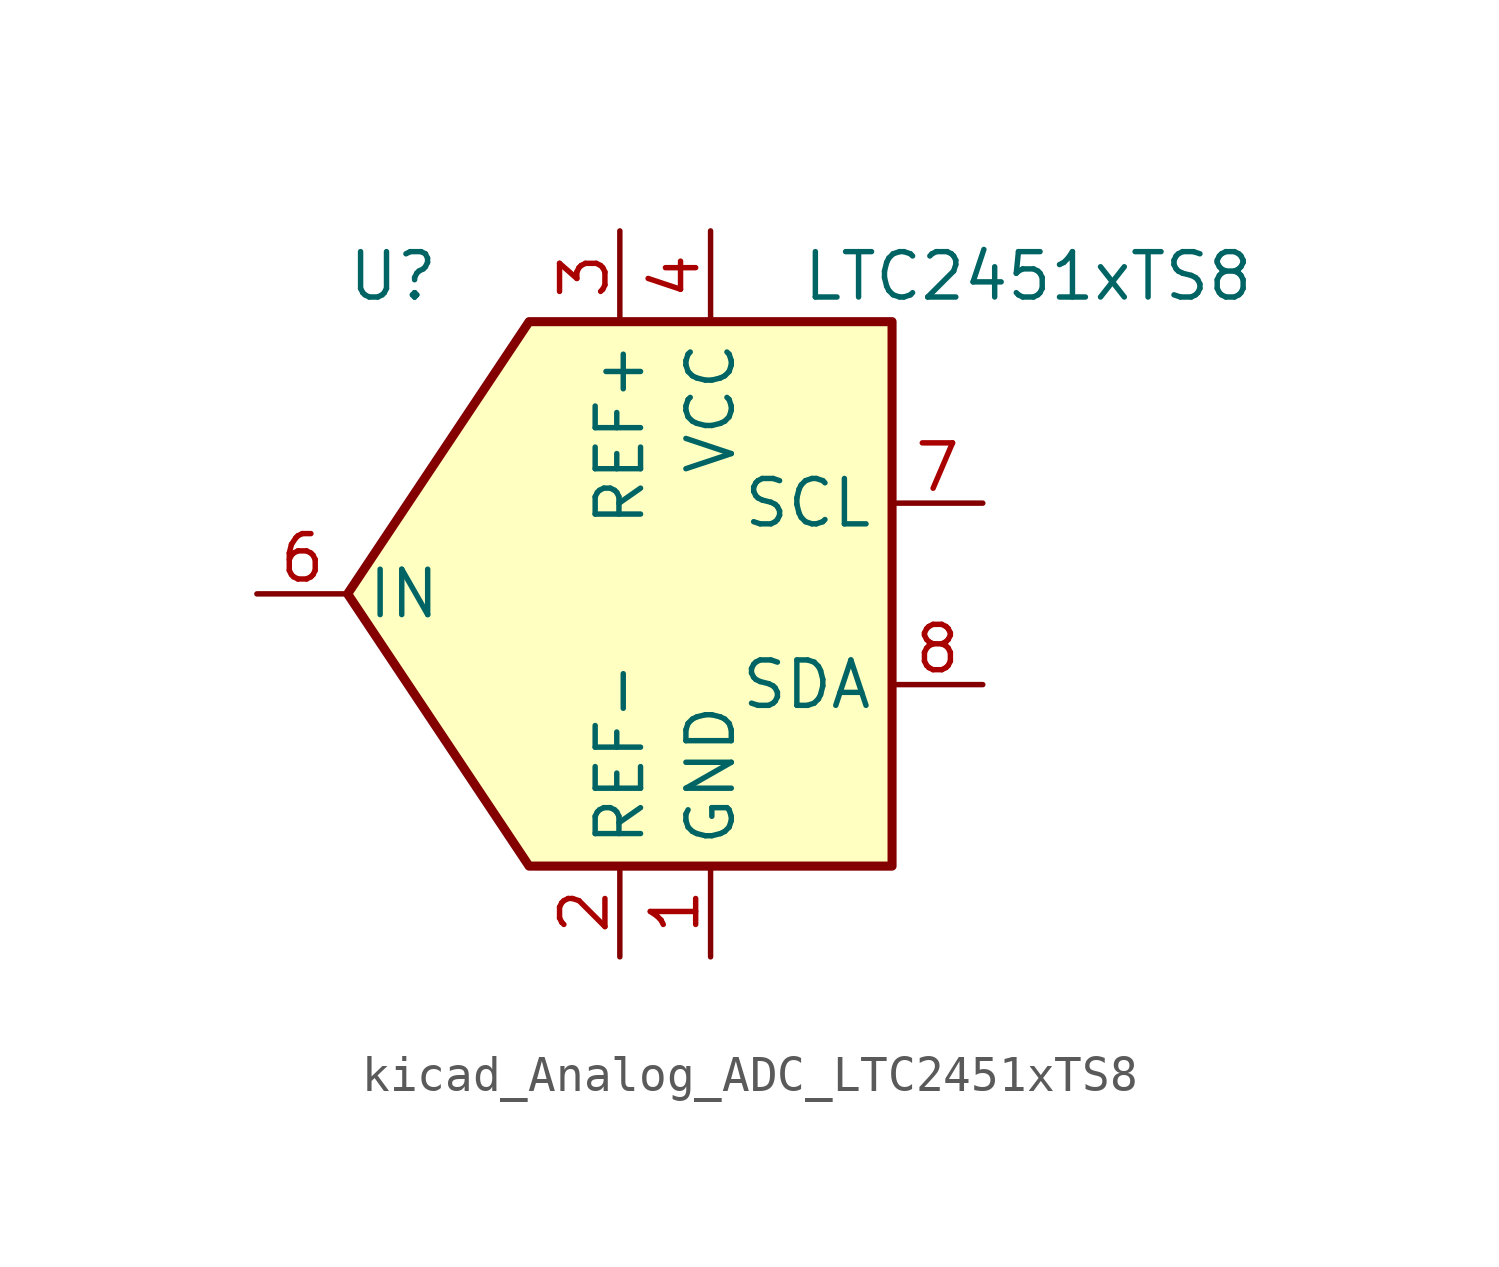
<source format=kicad_sym>
(kicad_symbol_lib
  (version 20220914)
  (generator kicad_symbol_editor)
  (symbol "kicad_Analog_ADC_LTC2451xTS8"
    (property "Reference" "U"
      (at -6.35 8.89 0)
      (effects (font (size 1.27 1.27))))
    (property "Value" "LTC2451xTS8"
      (at 11.43 8.89 0)
      (effects (font (size 1.27 1.27))))
    (symbol "kicad_Analog_ADC_LTC2451xTS8_1_1"
      (polyline (pts (xy -2.54 7.62) (xy 3.81 7.62) (xy 7.62 7.62) (xy 7.62 -7.62) (xy -2.54 -7.62) (xy -7.62 0) (xy -2.54 7.62)) (stroke (width 0.254) (type default)) (fill (type background)))
      (pin power_in line (at 2.54 -10.16 90) (length 2.54) (name "GND" (effects (font (size 1.27 1.27)))) (number "1" (effects (font (size 1.27 1.27)))))
      (pin power_in line (at 0 -10.16 90) (length 2.54) (name "REF-" (effects (font (size 1.27 1.27)))) (number "2" (effects (font (size 1.27 1.27)))))
      (pin power_in line (at 0 10.16 270) (length 2.54) (name "REF+" (effects (font (size 1.27 1.27)))) (number "3" (effects (font (size 1.27 1.27)))))
      (pin power_in line (at 2.54 10.16 270) (length 2.54) (name "VCC" (effects (font (size 1.27 1.27)))) (number "4" (effects (font (size 1.27 1.27)))))
      (pin passive line (at 2.54 -10.16 90) (length 2.54) hide (name "GND" (effects (font (size 1.27 1.27)))) (number "5" (effects (font (size 1.27 1.27)))))
      (pin input line (at -10.16 0 0) (length 2.54) (name "IN" (effects (font (size 1.27 1.27)))) (number "6" (effects (font (size 1.27 1.27)))))
      (pin input line (at 10.16 2.54 180) (length 2.54) (name "SCL" (effects (font (size 1.27 1.27)))) (number "7" (effects (font (size 1.27 1.27)))))
      (pin bidirectional line (at 10.16 -2.54 180) (length 2.54) (name "SDA" (effects (font (size 1.27 1.27)))) (number "8" (effects (font (size 1.27 1.27))))))))
</source>
